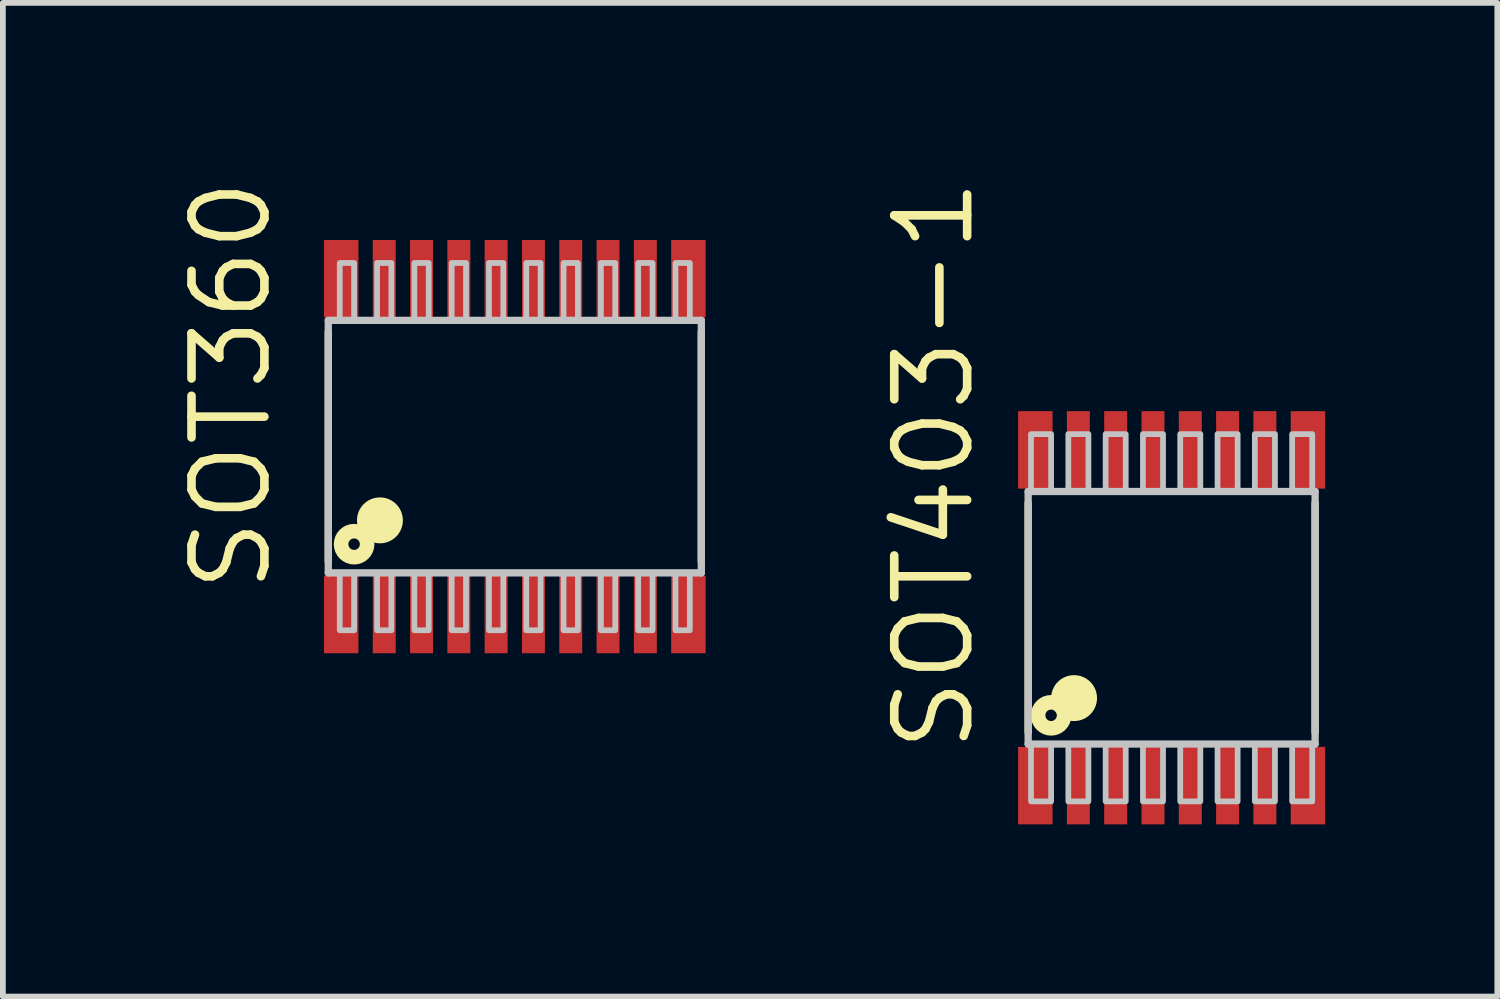
<source format=kicad_pcb>
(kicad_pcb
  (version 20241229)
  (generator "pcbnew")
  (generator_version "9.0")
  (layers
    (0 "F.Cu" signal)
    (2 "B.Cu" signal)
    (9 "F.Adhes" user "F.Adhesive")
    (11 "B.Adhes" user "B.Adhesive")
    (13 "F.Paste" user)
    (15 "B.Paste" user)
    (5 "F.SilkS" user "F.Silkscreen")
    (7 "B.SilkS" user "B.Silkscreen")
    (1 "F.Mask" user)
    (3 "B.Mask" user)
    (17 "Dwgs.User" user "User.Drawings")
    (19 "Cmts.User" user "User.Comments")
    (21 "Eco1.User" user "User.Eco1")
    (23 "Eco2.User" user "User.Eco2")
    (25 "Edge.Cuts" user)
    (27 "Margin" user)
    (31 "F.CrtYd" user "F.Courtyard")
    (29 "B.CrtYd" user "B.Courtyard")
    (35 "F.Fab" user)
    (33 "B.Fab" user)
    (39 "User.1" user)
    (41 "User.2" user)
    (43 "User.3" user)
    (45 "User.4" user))
  (footprint "SOT360"
    (layer "F.Cu")
    (at 5.92 4.732)
    (property "Reference" "SOT360" (at -4.2 2.6 90) (layer "F.SilkS") (effects (font (size 1.27 1.27) (thickness 0.15)) (justify left bottom)))
    (attr through_hole)
    (fp_line (start -3.25 -2) (end -3.25 2) (stroke (width 0.127) (type solid)) (layer "F.SilkS"))
    (fp_line (start 3.25 -2) (end 3.25 2) (stroke (width 0.127) (type solid)) (layer "F.SilkS"))
    (fp_circle (center -2.8 1.7) (end -2.9 1.7) (stroke (width 0.254) (type solid)) (fill no) (layer "F.SilkS"))
    (fp_circle (center -2.35 1.285) (end -1.95 1.285) (stroke (width 0) (type solid)) (fill yes) (layer "F.SilkS"))
    (fp_line (start -3.25 -2.2) (end 3.25 -2.2) (stroke (width 0.127) (type solid)) (layer "Dwgs.User"))
    (fp_line (start -3.25 2.2) (end -3.25 -2.2) (stroke (width 0.127) (type solid)) (layer "Dwgs.User"))
    (fp_line (start 3.25 -2.2) (end 3.25 2.2) (stroke (width 0.127) (type solid)) (layer "Dwgs.User"))
    (fp_line (start 3.25 2.2) (end -3.25 2.2) (stroke (width 0.127) (type solid)) (layer "Dwgs.User"))
    (fp_poly (pts (xy -3.05 -2.2) (xy -2.8 -2.2) (xy -2.8 -3.2) (xy -3.05 -3.2)) (stroke (width 0.1) (type solid)) (fill no) (layer "Dwgs.User"))
    (fp_poly (pts (xy -3.05 3.2) (xy -2.8 3.2) (xy -2.8 2.2) (xy -3.05 2.2)) (stroke (width 0.1) (type solid)) (fill no) (layer "Dwgs.User"))
    (fp_poly (pts (xy -2.4 -2.2) (xy -2.15 -2.2) (xy -2.15 -3.2) (xy -2.4 -3.2)) (stroke (width 0.1) (type solid)) (fill no) (layer "Dwgs.User"))
    (fp_poly (pts (xy -2.4 3.2) (xy -2.15 3.2) (xy -2.15 2.2) (xy -2.4 2.2)) (stroke (width 0.1) (type solid)) (fill no) (layer "Dwgs.User"))
    (fp_poly (pts (xy -1.75 -2.2) (xy -1.5 -2.2) (xy -1.5 -3.2) (xy -1.75 -3.2)) (stroke (width 0.1) (type solid)) (fill no) (layer "Dwgs.User"))
    (fp_poly (pts (xy -1.75 3.2) (xy -1.5 3.2) (xy -1.5 2.2) (xy -1.75 2.2)) (stroke (width 0.1) (type solid)) (fill no) (layer "Dwgs.User"))
    (fp_poly (pts (xy -1.1 -2.2) (xy -0.85 -2.2) (xy -0.85 -3.2) (xy -1.1 -3.2)) (stroke (width 0.1) (type solid)) (fill no) (layer "Dwgs.User"))
    (fp_poly (pts (xy -1.1 3.2) (xy -0.85 3.2) (xy -0.85 2.2) (xy -1.1 2.2)) (stroke (width 0.1) (type solid)) (fill no) (layer "Dwgs.User"))
    (fp_poly (pts (xy -0.45 -2.2) (xy -0.2 -2.2) (xy -0.2 -3.2) (xy -0.45 -3.2)) (stroke (width 0.1) (type solid)) (fill no) (layer "Dwgs.User"))
    (fp_poly (pts (xy -0.45 3.2) (xy -0.2 3.2) (xy -0.2 2.2) (xy -0.45 2.2)) (stroke (width 0.1) (type solid)) (fill no) (layer "Dwgs.User"))
    (fp_poly (pts (xy 0.2 -2.2) (xy 0.45 -2.2) (xy 0.45 -3.2) (xy 0.2 -3.2)) (stroke (width 0.1) (type solid)) (fill no) (layer "Dwgs.User"))
    (fp_poly (pts (xy 0.2 3.2) (xy 0.45 3.2) (xy 0.45 2.2) (xy 0.2 2.2)) (stroke (width 0.1) (type solid)) (fill no) (layer "Dwgs.User"))
    (fp_poly (pts (xy 0.85 -2.2) (xy 1.1 -2.2) (xy 1.1 -3.2) (xy 0.85 -3.2)) (stroke (width 0.1) (type solid)) (fill no) (layer "Dwgs.User"))
    (fp_poly (pts (xy 0.85 3.2) (xy 1.1 3.2) (xy 1.1 2.2) (xy 0.85 2.2)) (stroke (width 0.1) (type solid)) (fill no) (layer "Dwgs.User"))
    (fp_poly (pts (xy 1.5 -2.2) (xy 1.75 -2.2) (xy 1.75 -3.2) (xy 1.5 -3.2)) (stroke (width 0.1) (type solid)) (fill no) (layer "Dwgs.User"))
    (fp_poly (pts (xy 1.5 3.2) (xy 1.75 3.2) (xy 1.75 2.2) (xy 1.5 2.2)) (stroke (width 0.1) (type solid)) (fill no) (layer "Dwgs.User"))
    (fp_poly (pts (xy 2.15 -2.2) (xy 2.4 -2.2) (xy 2.4 -3.2) (xy 2.15 -3.2)) (stroke (width 0.1) (type solid)) (fill no) (layer "Dwgs.User"))
    (fp_poly (pts (xy 2.15 3.2) (xy 2.4 3.2) (xy 2.4 2.2) (xy 2.15 2.2)) (stroke (width 0.1) (type solid)) (fill no) (layer "Dwgs.User"))
    (fp_poly (pts (xy 2.8 -2.2) (xy 3.05 -2.2) (xy 3.05 -3.2) (xy 2.8 -3.2)) (stroke (width 0.1) (type solid)) (fill no) (layer "Dwgs.User"))
    (fp_poly (pts (xy 2.8 3.2) (xy 3.05 3.2) (xy 3.05 2.2) (xy 2.8 2.2)) (stroke (width 0.1) (type solid)) (fill no) (layer "Dwgs.User"))
    (pad "1" smd rect (at -3.025 2.925) (size 0.6 1.35) (layers "F.Cu" "F.Mask" "F.Paste"))
    (pad "2" smd rect (at -2.275 2.925) (size 0.4 1.35) (layers "F.Cu" "F.Mask" "F.Paste"))
    (pad "3" smd rect (at -1.625 2.925) (size 0.4 1.35) (layers "F.Cu" "F.Mask" "F.Paste"))
    (pad "4" smd rect (at -0.975 2.925) (size 0.4 1.35) (layers "F.Cu" "F.Mask" "F.Paste"))
    (pad "5" smd rect (at -0.325 2.925) (size 0.4 1.35) (layers "F.Cu" "F.Mask" "F.Paste"))
    (pad "6" smd rect (at 0.325 2.925) (size 0.4 1.35) (layers "F.Cu" "F.Mask" "F.Paste"))
    (pad "7" smd rect (at 0.975 2.925) (size 0.4 1.35) (layers "F.Cu" "F.Mask" "F.Paste"))
    (pad "8" smd rect (at 1.625 2.925) (size 0.4 1.35) (layers "F.Cu" "F.Mask" "F.Paste"))
    (pad "9" smd rect (at 2.275 2.925) (size 0.4 1.35) (layers "F.Cu" "F.Mask" "F.Paste"))
    (pad "10" smd rect (at 3.025 2.925) (size 0.6 1.35) (layers "F.Cu" "F.Mask" "F.Paste"))
    (pad "11" smd rect (at 3.025 -2.925) (size 0.6 1.35) (layers "F.Cu" "F.Mask" "F.Paste"))
    (pad "12" smd rect (at 2.275 -2.925) (size 0.4 1.35) (layers "F.Cu" "F.Mask" "F.Paste"))
    (pad "13" smd rect (at 1.625 -2.925) (size 0.4 1.35) (layers "F.Cu" "F.Mask" "F.Paste"))
    (pad "14" smd rect (at 0.975 -2.925) (size 0.4 1.35) (layers "F.Cu" "F.Mask" "F.Paste"))
    (pad "15" smd rect (at 0.325 -2.925) (size 0.4 1.35) (layers "F.Cu" "F.Mask" "F.Paste"))
    (pad "16" smd rect (at -0.325 -2.925) (size 0.4 1.35) (layers "F.Cu" "F.Mask" "F.Paste"))
    (pad "17" smd rect (at -0.975 -2.925) (size 0.4 1.35) (layers "F.Cu" "F.Mask" "F.Paste"))
    (pad "18" smd rect (at -1.625 -2.925) (size 0.4 1.35) (layers "F.Cu" "F.Mask" "F.Paste"))
    (pad "19" smd rect (at -2.275 -2.925) (size 0.4 1.35) (layers "F.Cu" "F.Mask" "F.Paste"))
    (pad "20" smd rect (at -3.025 -2.925) (size 0.6 1.35) (layers "F.Cu" "F.Mask" "F.Paste")))
  (footprint "SOT403-1"
    (layer "F.Cu")
    (at 17.365 7.714)
    (property "Reference" "SOT403-1" (at -3.4 2.4 90) (layer "F.SilkS") (effects (font (size 1.27 1.27) (thickness 0.15)) (justify left bottom)))
    (attr through_hole)
    (fp_line (start -2.5 -2) (end -2.5 2) (stroke (width 0.127) (type solid)) (layer "F.SilkS"))
    (fp_line (start 2.5 -2) (end 2.5 2) (stroke (width 0.127) (type solid)) (layer "F.SilkS"))
    (fp_circle (center -2.1 1.7) (end -2 1.7) (stroke (width 0.254) (type solid)) (fill no) (layer "F.SilkS"))
    (fp_circle (center -1.7 1.4) (end -1.3 1.4) (stroke (width 0) (type solid)) (fill yes) (layer "F.SilkS"))
    (fp_line (start -2.5 -2.2) (end -2.5 2.2) (stroke (width 0.127) (type solid)) (layer "Dwgs.User"))
    (fp_line (start -2.5 -2.2) (end 2.5 -2.2) (stroke (width 0.127) (type solid)) (layer "Dwgs.User"))
    (fp_line (start -2.5 2.2) (end 2.5 2.2) (stroke (width 0.127) (type solid)) (layer "Dwgs.User"))
    (fp_line (start 2.5 -2.2) (end 2.5 2.2) (stroke (width 0.127) (type solid)) (layer "Dwgs.User"))
    (fp_poly (pts (xy -2.45 -2.2) (xy -2.1 -2.2) (xy -2.1 -3.2) (xy -2.45 -3.2)) (stroke (width 0.1) (type solid)) (fill no) (layer "Dwgs.User"))
    (fp_poly (pts (xy -2.45 3.2) (xy -2.1 3.2) (xy -2.1 2.2) (xy -2.45 2.2)) (stroke (width 0.1) (type solid)) (fill no) (layer "Dwgs.User"))
    (fp_poly (pts (xy -1.8 -2.2) (xy -1.45 -2.2) (xy -1.45 -3.2) (xy -1.8 -3.2)) (stroke (width 0.1) (type solid)) (fill no) (layer "Dwgs.User"))
    (fp_poly (pts (xy -1.8 3.2) (xy -1.45 3.2) (xy -1.45 2.2) (xy -1.8 2.2)) (stroke (width 0.1) (type solid)) (fill no) (layer "Dwgs.User"))
    (fp_poly (pts (xy -1.15 -2.2) (xy -0.8 -2.2) (xy -0.8 -3.2) (xy -1.15 -3.2)) (stroke (width 0.1) (type solid)) (fill no) (layer "Dwgs.User"))
    (fp_poly (pts (xy -1.15 3.2) (xy -0.8 3.2) (xy -0.8 2.2) (xy -1.15 2.2)) (stroke (width 0.1) (type solid)) (fill no) (layer "Dwgs.User"))
    (fp_poly (pts (xy -0.5 -2.2) (xy -0.15 -2.2) (xy -0.15 -3.2) (xy -0.5 -3.2)) (stroke (width 0.1) (type solid)) (fill no) (layer "Dwgs.User"))
    (fp_poly (pts (xy -0.5 3.2) (xy -0.15 3.2) (xy -0.15 2.2) (xy -0.5 2.2)) (stroke (width 0.1) (type solid)) (fill no) (layer "Dwgs.User"))
    (fp_poly (pts (xy 0.15 -2.2) (xy 0.5 -2.2) (xy 0.5 -3.2) (xy 0.15 -3.2)) (stroke (width 0.1) (type solid)) (fill no) (layer "Dwgs.User"))
    (fp_poly (pts (xy 0.15 3.2) (xy 0.5 3.2) (xy 0.5 2.2) (xy 0.15 2.2)) (stroke (width 0.1) (type solid)) (fill no) (layer "Dwgs.User"))
    (fp_poly (pts (xy 0.8 -2.2) (xy 1.15 -2.2) (xy 1.15 -3.2) (xy 0.8 -3.2)) (stroke (width 0.1) (type solid)) (fill no) (layer "Dwgs.User"))
    (fp_poly (pts (xy 0.8 3.2) (xy 1.15 3.2) (xy 1.15 2.2) (xy 0.8 2.2)) (stroke (width 0.1) (type solid)) (fill no) (layer "Dwgs.User"))
    (fp_poly (pts (xy 1.45 -2.2) (xy 1.8 -2.2) (xy 1.8 -3.2) (xy 1.45 -3.2)) (stroke (width 0.1) (type solid)) (fill no) (layer "Dwgs.User"))
    (fp_poly (pts (xy 1.45 3.2) (xy 1.8 3.2) (xy 1.8 2.2) (xy 1.45 2.2)) (stroke (width 0.1) (type solid)) (fill no) (layer "Dwgs.User"))
    (fp_poly (pts (xy 2.1 -2.2) (xy 2.45 -2.2) (xy 2.45 -3.2) (xy 2.1 -3.2)) (stroke (width 0.1) (type solid)) (fill no) (layer "Dwgs.User"))
    (fp_poly (pts (xy 2.1 3.2) (xy 2.45 3.2) (xy 2.45 2.2) (xy 2.1 2.2)) (stroke (width 0.1) (type solid)) (fill no) (layer "Dwgs.User"))
    (pad "1" smd rect (at -2.375 2.925) (size 0.6 1.35) (layers "F.Cu" "F.Mask" "F.Paste"))
    (pad "2" smd rect (at -1.625 2.925) (size 0.4 1.35) (layers "F.Cu" "F.Mask" "F.Paste"))
    (pad "3" smd rect (at -0.975 2.925) (size 0.4 1.35) (layers "F.Cu" "F.Mask" "F.Paste"))
    (pad "4" smd rect (at -0.325 2.925) (size 0.4 1.35) (layers "F.Cu" "F.Mask" "F.Paste"))
    (pad "5" smd rect (at 0.325 2.925) (size 0.4 1.35) (layers "F.Cu" "F.Mask" "F.Paste"))
    (pad "6" smd rect (at 0.975 2.925) (size 0.4 1.35) (layers "F.Cu" "F.Mask" "F.Paste"))
    (pad "7" smd rect (at 1.625 2.925) (size 0.4 1.35) (layers "F.Cu" "F.Mask" "F.Paste"))
    (pad "8" smd rect (at 2.375 2.925) (size 0.6 1.35) (layers "F.Cu" "F.Mask" "F.Paste"))
    (pad "9" smd rect (at 2.375 -2.925) (size 0.6 1.35) (layers "F.Cu" "F.Mask" "F.Paste"))
    (pad "10" smd rect (at 1.625 -2.925) (size 0.4 1.35) (layers "F.Cu" "F.Mask" "F.Paste"))
    (pad "11" smd rect (at 0.975 -2.925) (size 0.4 1.35) (layers "F.Cu" "F.Mask" "F.Paste"))
    (pad "12" smd rect (at 0.325 -2.925) (size 0.4 1.35) (layers "F.Cu" "F.Mask" "F.Paste"))
    (pad "13" smd rect (at -0.325 -2.925) (size 0.4 1.35) (layers "F.Cu" "F.Mask" "F.Paste"))
    (pad "14" smd rect (at -0.975 -2.925) (size 0.4 1.35) (layers "F.Cu" "F.Mask" "F.Paste"))
    (pad "15" smd rect (at -1.625 -2.925) (size 0.4 1.35) (layers "F.Cu" "F.Mask" "F.Paste"))
    (pad "16" smd rect (at -2.375 -2.925) (size 0.6 1.35) (layers "F.Cu" "F.Mask" "F.Paste")))
  (gr_rect
    (start -3 -3)
    (end 23.04 14.314)
    (stroke (width 0.1) (type default))
    (fill no)
    (layer "Edge.Cuts")))
</source>
